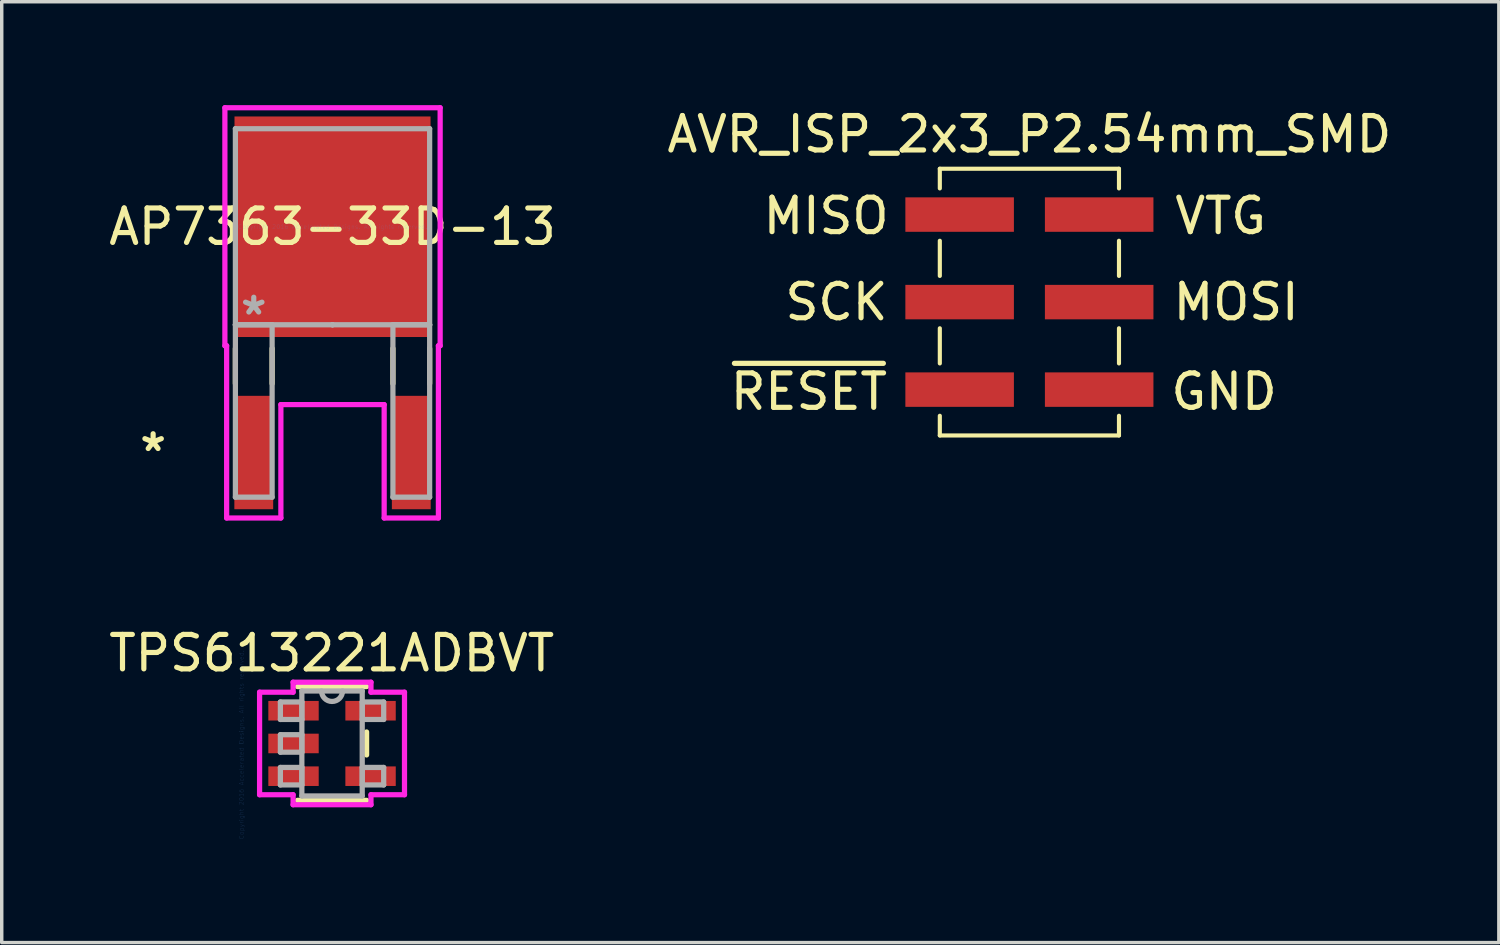
<source format=kicad_pcb>
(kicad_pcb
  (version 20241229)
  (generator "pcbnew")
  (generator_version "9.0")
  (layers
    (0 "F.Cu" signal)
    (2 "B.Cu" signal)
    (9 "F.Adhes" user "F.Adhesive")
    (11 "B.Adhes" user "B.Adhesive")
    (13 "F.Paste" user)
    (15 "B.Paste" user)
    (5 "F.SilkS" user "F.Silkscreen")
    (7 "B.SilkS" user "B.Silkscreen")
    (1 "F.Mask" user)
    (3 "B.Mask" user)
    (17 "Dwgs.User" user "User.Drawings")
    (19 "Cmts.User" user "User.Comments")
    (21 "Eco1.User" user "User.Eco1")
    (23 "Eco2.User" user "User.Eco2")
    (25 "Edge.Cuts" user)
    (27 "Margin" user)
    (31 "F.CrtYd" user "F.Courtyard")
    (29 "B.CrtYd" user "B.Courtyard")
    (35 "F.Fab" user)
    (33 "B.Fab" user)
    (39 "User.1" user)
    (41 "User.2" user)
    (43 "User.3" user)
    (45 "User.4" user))
  (footprint "AVR_ISP_2x3_P2.54mm_SMD"
    (layer "F.Cu")
    (at 26.827 5.718)
    (property "Reference" "AVR_ISP_2x3_P2.54mm_SMD" (at 0 -4.87 0) (layer "F.SilkS") (effects (font (size 1 1) (thickness 0.15))))
    (attr smd)
    (fp_line (start -2.6 -3.87) (end -2.6 -3.3) (stroke (width 0.12) (type solid)) (layer "F.SilkS"))
    (fp_line (start -2.6 -3.87) (end 2.6 -3.87) (stroke (width 0.12) (type solid)) (layer "F.SilkS"))
    (fp_line (start -2.6 -1.78) (end -2.6 -0.76) (stroke (width 0.12) (type solid)) (layer "F.SilkS"))
    (fp_line (start -2.6 0.76) (end -2.6 1.78) (stroke (width 0.12) (type solid)) (layer "F.SilkS"))
    (fp_line (start -2.6 3.3) (end -2.6 3.87) (stroke (width 0.12) (type solid)) (layer "F.SilkS"))
    (fp_line (start -2.6 3.87) (end 2.6 3.87) (stroke (width 0.12) (type solid)) (layer "F.SilkS"))
    (fp_line (start 2.6 -3.87) (end 2.6 -3.3) (stroke (width 0.12) (type solid)) (layer "F.SilkS"))
    (fp_line (start 2.6 -1.78) (end 2.6 -0.76) (stroke (width 0.12) (type solid)) (layer "F.SilkS"))
    (fp_line (start 2.6 0.76) (end 2.6 1.78) (stroke (width 0.12) (type solid)) (layer "F.SilkS"))
    (fp_line (start 2.6 3.3) (end 2.6 3.87) (stroke (width 0.12) (type solid)) (layer "F.SilkS"))
    (fp_text user "~{RESET}" (at -6.4 2.6 0) (layer "F.SilkS") (effects (font (size 1 1) (thickness 0.15))))
    (fp_text user "VTG" (at 5.55 -2.5 0) (layer "F.SilkS") (effects (font (size 1 1) (thickness 0.15))))
    (fp_text user "MOSI" (at 6 0 0) (layer "F.SilkS") (effects (font (size 1 1) (thickness 0.15))))
    (fp_text user "GND" (at 5.65 2.6 0) (layer "F.SilkS") (effects (font (size 1 1) (thickness 0.15))))
    (fp_text user "SCK" (at -5.6 0 0) (layer "F.SilkS") (effects (font (size 1 1) (thickness 0.15))))
    (fp_text user "MISO" (at -5.9 -2.5 0) (layer "F.SilkS") (effects (font (size 1 1) (thickness 0.15))))
    (pad "1" smd rect (at -2.025 -2.54) (size 3.15 1) (layers "F.Cu" "F.Mask"))
    (pad "2" smd rect (at 2.025 -2.54) (size 3.15 1) (layers "F.Cu" "F.Mask"))
    (pad "3" smd rect (at -2.025 0) (size 3.15 1) (layers "F.Cu" "F.Mask"))
    (pad "4" smd rect (at 2.025 0) (size 3.15 1) (layers "F.Cu" "F.Mask"))
    (pad "5" smd rect (at -2.025 2.54) (size 3.15 1) (layers "F.Cu" "F.Mask"))
    (pad "6" smd rect (at 2.025 2.54) (size 3.15 1) (layers "F.Cu" "F.Mask")))
  (footprint "TPS613221ADBVT"
    (layer "F.Cu")
    (at 6.587 18.528)
    (property "Reference" "TPS613221ADBVT" (at -0.01 -2.62 0) (layer "F.SilkS") (effects (font (size 1 1) (thickness 0.15))))
    (attr through_hole)
    (fp_line (start -1.003 1.651) (end 1.003 1.651) (stroke (width 0.152) (type solid)) (layer "F.SilkS"))
    (fp_line (start 1.003 -1.651) (end -1.003 -1.651) (stroke (width 0.152) (type solid)) (layer "F.SilkS"))
    (fp_line (start 1.003 0.333) (end 1.003 -0.333) (stroke (width 0.152) (type solid)) (layer "F.SilkS"))
    (fp_line (start -2.103 -1.488) (end -1.13 -1.488) (stroke (width 0.152) (type solid)) (layer "F.CrtYd"))
    (fp_line (start -2.103 1.488) (end -2.103 -1.488) (stroke (width 0.152) (type solid)) (layer "F.CrtYd"))
    (fp_line (start -1.13 -1.778) (end 1.13 -1.778) (stroke (width 0.152) (type solid)) (layer "F.CrtYd"))
    (fp_line (start -1.13 -1.488) (end -1.13 -1.778) (stroke (width 0.152) (type solid)) (layer "F.CrtYd"))
    (fp_line (start -1.13 1.488) (end -2.103 1.488) (stroke (width 0.152) (type solid)) (layer "F.CrtYd"))
    (fp_line (start -1.13 1.778) (end -1.13 1.488) (stroke (width 0.152) (type solid)) (layer "F.CrtYd"))
    (fp_line (start 1.13 -1.778) (end 1.13 -1.488) (stroke (width 0.152) (type solid)) (layer "F.CrtYd"))
    (fp_line (start 1.13 -1.488) (end 2.103 -1.488) (stroke (width 0.152) (type solid)) (layer "F.CrtYd"))
    (fp_line (start 1.13 1.488) (end 1.13 1.778) (stroke (width 0.152) (type solid)) (layer "F.CrtYd"))
    (fp_line (start 1.13 1.778) (end -1.13 1.778) (stroke (width 0.152) (type solid)) (layer "F.CrtYd"))
    (fp_line (start 2.103 -1.488) (end 2.103 1.488) (stroke (width 0.152) (type solid)) (layer "F.CrtYd"))
    (fp_line (start 2.103 1.488) (end 1.13 1.488) (stroke (width 0.152) (type solid)) (layer "F.CrtYd"))
    (fp_line (start -1.499 -1.204) (end -1.499 -0.696) (stroke (width 0.152) (type solid)) (layer "F.Fab"))
    (fp_line (start -1.499 -0.696) (end -0.876 -0.696) (stroke (width 0.152) (type solid)) (layer "F.Fab"))
    (fp_line (start -1.499 -0.254) (end -1.499 0.254) (stroke (width 0.152) (type solid)) (layer "F.Fab"))
    (fp_line (start -1.499 0.254) (end -0.876 0.254) (stroke (width 0.152) (type solid)) (layer "F.Fab"))
    (fp_line (start -1.499 0.696) (end -1.499 1.204) (stroke (width 0.152) (type solid)) (layer "F.Fab"))
    (fp_line (start -1.499 1.204) (end -0.876 1.204) (stroke (width 0.152) (type solid)) (layer "F.Fab"))
    (fp_line (start -0.876 -1.524) (end -0.876 1.524) (stroke (width 0.152) (type solid)) (layer "F.Fab"))
    (fp_line (start -0.876 -1.204) (end -1.499 -1.204) (stroke (width 0.152) (type solid)) (layer "F.Fab"))
    (fp_line (start -0.876 -0.696) (end -0.876 -1.204) (stroke (width 0.152) (type solid)) (layer "F.Fab"))
    (fp_line (start -0.876 -0.254) (end -1.499 -0.254) (stroke (width 0.152) (type solid)) (layer "F.Fab"))
    (fp_line (start -0.876 0.254) (end -0.876 -0.254) (stroke (width 0.152) (type solid)) (layer "F.Fab"))
    (fp_line (start -0.876 0.696) (end -1.499 0.696) (stroke (width 0.152) (type solid)) (layer "F.Fab"))
    (fp_line (start -0.876 1.204) (end -0.876 0.696) (stroke (width 0.152) (type solid)) (layer "F.Fab"))
    (fp_line (start -0.876 1.524) (end 0.876 1.524) (stroke (width 0.152) (type solid)) (layer "F.Fab"))
    (fp_line (start 0.876 -1.524) (end -0.876 -1.524) (stroke (width 0.152) (type solid)) (layer "F.Fab"))
    (fp_line (start 0.876 -1.204) (end 0.876 -0.696) (stroke (width 0.152) (type solid)) (layer "F.Fab"))
    (fp_line (start 0.876 -0.696) (end 1.499 -0.696) (stroke (width 0.152) (type solid)) (layer "F.Fab"))
    (fp_line (start 0.876 0.696) (end 0.876 1.204) (stroke (width 0.152) (type solid)) (layer "F.Fab"))
    (fp_line (start 0.876 1.204) (end 1.499 1.204) (stroke (width 0.152) (type solid)) (layer "F.Fab"))
    (fp_line (start 0.876 1.524) (end 0.876 -1.524) (stroke (width 0.152) (type solid)) (layer "F.Fab"))
    (fp_line (start 1.499 -1.204) (end 0.876 -1.204) (stroke (width 0.152) (type solid)) (layer "F.Fab"))
    (fp_line (start 1.499 -0.696) (end 1.499 -1.204) (stroke (width 0.152) (type solid)) (layer "F.Fab"))
    (fp_line (start 1.499 0.696) (end 0.876 0.696) (stroke (width 0.152) (type solid)) (layer "F.Fab"))
    (fp_line (start 1.499 1.204) (end 1.499 0.696) (stroke (width 0.152) (type solid)) (layer "F.Fab"))
    (fp_arc (start 0.3048 -1.524) (mid 0 -1.2192) (end -0.3048 -1.524) (stroke (width 0.1524) (type solid)) (layer "F.Fab"))
    (fp_text user "Copyright 2016 Accelerated Designs. All rights reserved." (at -2.63 0.04 90) (layer "Cmts.User") (effects (font (size 0.127 0.127) (thickness 0.002))))
    (pad "1" smd rect (at -1.118 -0.95) (size 1.462 0.568) (layers "F.Cu" "F.Mask" "F.Paste"))
    (pad "2" smd rect (at -1.118 0) (size 1.462 0.568) (layers "F.Cu" "F.Mask" "F.Paste"))
    (pad "3" smd rect (at -1.118 0.95) (size 1.462 0.568) (layers "F.Cu" "F.Mask" "F.Paste"))
    (pad "4" smd rect (at 1.118 0.95) (size 1.462 0.568) (layers "F.Cu" "F.Mask" "F.Paste"))
    (pad "5" smd rect (at 1.118 -0.95) (size 1.462 0.568) (layers "F.Cu" "F.Mask" "F.Paste")))
  (footprint "AP7363-33D-13"
    (layer "F.Cu")
    (at 6.601 3.531)
    (property "Reference" "AP7363-33D-13" (at 0 0 0) (layer "F.SilkS") (effects (font (size 1 1) (thickness 0.15))))
    (attr through_hole)
    (fp_line (start -2.819 3.533) (end -2.819 4.552) (stroke (width 0.152) (type solid)) (layer "F.SilkS"))
    (fp_line (start -1.753 3.533) (end -1.753 4.552) (stroke (width 0.152) (type solid)) (layer "F.SilkS"))
    (fp_line (start 1.753 3.533) (end 1.753 4.552) (stroke (width 0.152) (type solid)) (layer "F.SilkS"))
    (fp_line (start 2.819 3.533) (end 2.819 4.552) (stroke (width 0.152) (type solid)) (layer "F.SilkS"))
    (fp_line (start -3.124 -3.454) (end 3.124 -3.454) (stroke (width 0.152) (type solid)) (layer "F.CrtYd"))
    (fp_line (start -3.124 3.454) (end -3.124 -3.454) (stroke (width 0.152) (type solid)) (layer "F.CrtYd"))
    (fp_line (start -3.073 3.454) (end -3.124 3.454) (stroke (width 0.152) (type solid)) (layer "F.CrtYd"))
    (fp_line (start -3.073 8.453) (end -3.073 3.454) (stroke (width 0.152) (type solid)) (layer "F.CrtYd"))
    (fp_line (start -1.499 5.162) (end -1.499 8.453) (stroke (width 0.152) (type solid)) (layer "F.CrtYd"))
    (fp_line (start -1.499 8.453) (end -3.073 8.453) (stroke (width 0.152) (type solid)) (layer "F.CrtYd"))
    (fp_line (start 1.499 5.162) (end -1.499 5.162) (stroke (width 0.152) (type solid)) (layer "F.CrtYd"))
    (fp_line (start 1.499 8.453) (end 1.499 5.162) (stroke (width 0.152) (type solid)) (layer "F.CrtYd"))
    (fp_line (start 3.073 3.454) (end 3.073 8.453) (stroke (width 0.152) (type solid)) (layer "F.CrtYd"))
    (fp_line (start 3.073 8.453) (end 1.499 8.453) (stroke (width 0.152) (type solid)) (layer "F.CrtYd"))
    (fp_line (start 3.124 -3.454) (end 3.124 3.454) (stroke (width 0.152) (type solid)) (layer "F.CrtYd"))
    (fp_line (start 3.124 3.454) (end 3.073 3.454) (stroke (width 0.152) (type solid)) (layer "F.CrtYd"))
    (fp_line (start -2.819 -2.845) (end -2.819 2.845) (stroke (width 0.152) (type solid)) (layer "F.Fab"))
    (fp_line (start -2.819 2.845) (end -2.819 7.849) (stroke (width 0.152) (type solid)) (layer "F.Fab"))
    (fp_line (start -2.819 2.845) (end 2.819 2.845) (stroke (width 0.152) (type solid)) (layer "F.Fab"))
    (fp_line (start -2.819 7.849) (end -1.753 7.849) (stroke (width 0.152) (type solid)) (layer "F.Fab"))
    (fp_line (start -1.753 2.845) (end -2.819 2.845) (stroke (width 0.152) (type solid)) (layer "F.Fab"))
    (fp_line (start -1.753 7.849) (end -1.753 2.845) (stroke (width 0.152) (type solid)) (layer "F.Fab"))
    (fp_line (start 0 2.845) (end 0 2.845) (stroke (width 0.152) (type solid)) (layer "F.Fab"))
    (fp_line (start 0 2.845) (end 0 2.845) (stroke (width 0.152) (type solid)) (layer "F.Fab"))
    (fp_line (start 0 2.845) (end 0 2.845) (stroke (width 0.152) (type solid)) (layer "F.Fab"))
    (fp_line (start 1.753 2.845) (end 1.753 7.849) (stroke (width 0.152) (type solid)) (layer "F.Fab"))
    (fp_line (start 1.753 7.849) (end 2.819 7.849) (stroke (width 0.152) (type solid)) (layer "F.Fab"))
    (fp_line (start 2.819 -2.845) (end -2.819 -2.845) (stroke (width 0.152) (type solid)) (layer "F.Fab"))
    (fp_line (start 2.819 2.845) (end 1.753 2.845) (stroke (width 0.152) (type solid)) (layer "F.Fab"))
    (fp_line (start 2.819 2.845) (end 2.819 -2.845) (stroke (width 0.152) (type solid)) (layer "F.Fab"))
    (fp_line (start 2.819 7.849) (end 2.819 2.845) (stroke (width 0.152) (type solid)) (layer "F.Fab"))
    (fp_text user "*" (at -5.207 6.553 0) (layer "F.SilkS") (effects (font (size 1 1) (thickness 0.15))))
    (fp_text user "Copyright 2016 Accelerated Designs. All rights reserved." (at 0 0 0) (layer "Cmts.User") (effects (font (size 0.127 0.127) (thickness 0.002))))
    (fp_text user "*" (at -2.286 2.591 0) (layer "F.Fab") (effects (font (size 1 1) (thickness 0.15))))
    (pad "1" smd rect (at -2.286 6.553) (size 1.127 3.291) (layers "F.Cu" "F.Mask" "F.Paste"))
    (pad "2" smd rect (at 0 0) (size 5.69 6.401) (layers "F.Cu" "F.Mask" "F.Paste"))
    (pad "3" smd rect (at 2.286 6.553) (size 1.127 3.291) (layers "F.Cu" "F.Mask" "F.Paste")))
  (gr_rect
    (start -3 -3)
    (end 40.452 24.307)
    (stroke (width 0.1) (type default))
    (fill no)
    (layer "Edge.Cuts")))
</source>
